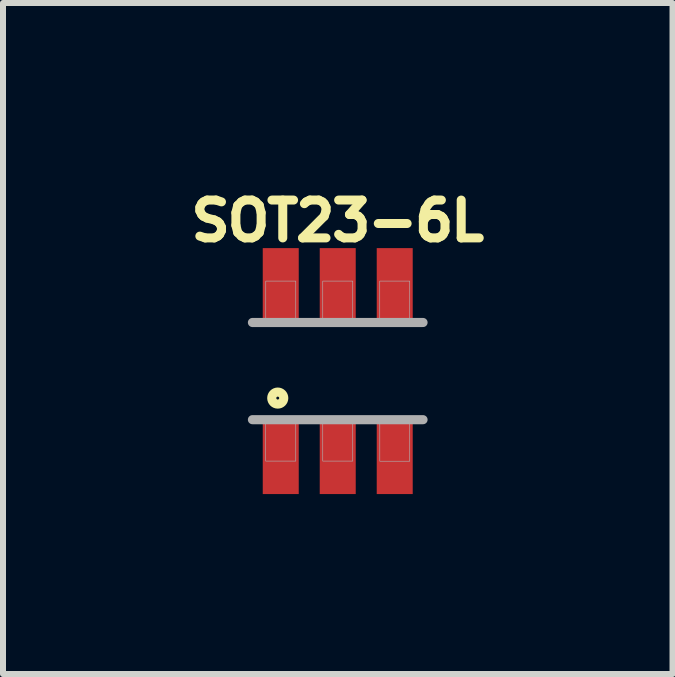
<source format=kicad_pcb>
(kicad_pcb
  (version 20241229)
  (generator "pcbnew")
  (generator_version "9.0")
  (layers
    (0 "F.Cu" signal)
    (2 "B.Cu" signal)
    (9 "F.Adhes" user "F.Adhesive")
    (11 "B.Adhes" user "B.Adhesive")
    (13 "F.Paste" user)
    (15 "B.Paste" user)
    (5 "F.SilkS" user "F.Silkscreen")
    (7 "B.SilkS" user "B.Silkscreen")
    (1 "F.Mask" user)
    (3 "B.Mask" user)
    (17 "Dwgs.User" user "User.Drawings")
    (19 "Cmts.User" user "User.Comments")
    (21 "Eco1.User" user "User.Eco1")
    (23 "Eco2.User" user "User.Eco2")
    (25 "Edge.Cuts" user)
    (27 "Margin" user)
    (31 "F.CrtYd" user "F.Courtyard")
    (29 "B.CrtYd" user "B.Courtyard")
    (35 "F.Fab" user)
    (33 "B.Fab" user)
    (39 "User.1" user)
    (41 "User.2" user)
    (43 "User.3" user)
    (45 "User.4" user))
  (footprint "SOT23-6L"
    (layer "F.Cu")
    (at 2.58 3.136)
    (property "Reference" "SOT23-6L" (at 0.000005 -2.504 0) (layer "F.SilkS") (effects (font (size 0.631 0.631) (thickness 0.15))))
    (attr smd)
    (fp_circle (center -1 0.45) (end -0.9 0.45) (stroke (width 0.152) (type solid)) (fill no) (layer "F.SilkS"))
    (fp_line (start -1.422 -0.81) (end 1.422 -0.81) (stroke (width 0.152) (type solid)) (layer "F.Fab"))
    (fp_line (start 1.422 0.81) (end -1.422 0.81) (stroke (width 0.152) (type solid)) (layer "F.Fab"))
    (fp_poly (pts (xy -1.201 0.85) (xy -0.7 0.85) (xy -0.7 1.501) (xy -1.201 1.501)) (stroke (width 0.01) (type solid)) (fill no) (layer "F.Fab"))
    (fp_poly (pts (xy -1.2 -1.5) (xy -0.7 -1.5) (xy -0.7 -0.85) (xy -1.2 -0.85)) (stroke (width 0.01) (type solid)) (fill no) (layer "F.Fab"))
    (fp_poly (pts (xy -0.25 -1.5) (xy 0.25 -1.5) (xy 0.25 -0.851) (xy -0.25 -0.851)) (stroke (width 0.01) (type solid)) (fill no) (layer "F.Fab"))
    (fp_poly (pts (xy -0.25 0.85) (xy 0.25 0.85) (xy 0.25 1.501) (xy -0.25 1.501)) (stroke (width 0.01) (type solid)) (fill no) (layer "F.Fab"))
    (fp_poly (pts (xy 0.7 -1.5) (xy 1.2 -1.5) (xy 1.2 -0.85) (xy 0.7 -0.85)) (stroke (width 0.01) (type solid)) (fill no) (layer "F.Fab"))
    (fp_poly (pts (xy 0.701 0.85) (xy 1.2 0.85) (xy 1.2 1.503) (xy 0.701 1.503)) (stroke (width 0.01) (type solid)) (fill no) (layer "F.Fab"))
    (pad "1" smd rect (at -0.95 1.45) (size 0.6 1.2) (layers "F.Cu" "F.Mask" "F.Paste"))
    (pad "2" smd rect (at 0 1.45) (size 0.6 1.2) (layers "F.Cu" "F.Mask" "F.Paste"))
    (pad "3" smd rect (at 0.95 1.45) (size 0.6 1.2) (layers "F.Cu" "F.Mask" "F.Paste"))
    (pad "4" smd rect (at 0.95 -1.45) (size 0.6 1.2) (layers "F.Cu" "F.Mask" "F.Paste"))
    (pad "5" smd rect (at 0 -1.45) (size 0.6 1.2) (layers "F.Cu" "F.Mask" "F.Paste"))
    (pad "6" smd rect (at -0.95 -1.45) (size 0.6 1.2) (layers "F.Cu" "F.Mask" "F.Paste")))
  (gr_rect
    (start -3 -3)
    (end 8.161 8.186)
    (stroke (width 0.1) (type default))
    (fill no)
    (layer "Edge.Cuts")))
</source>
